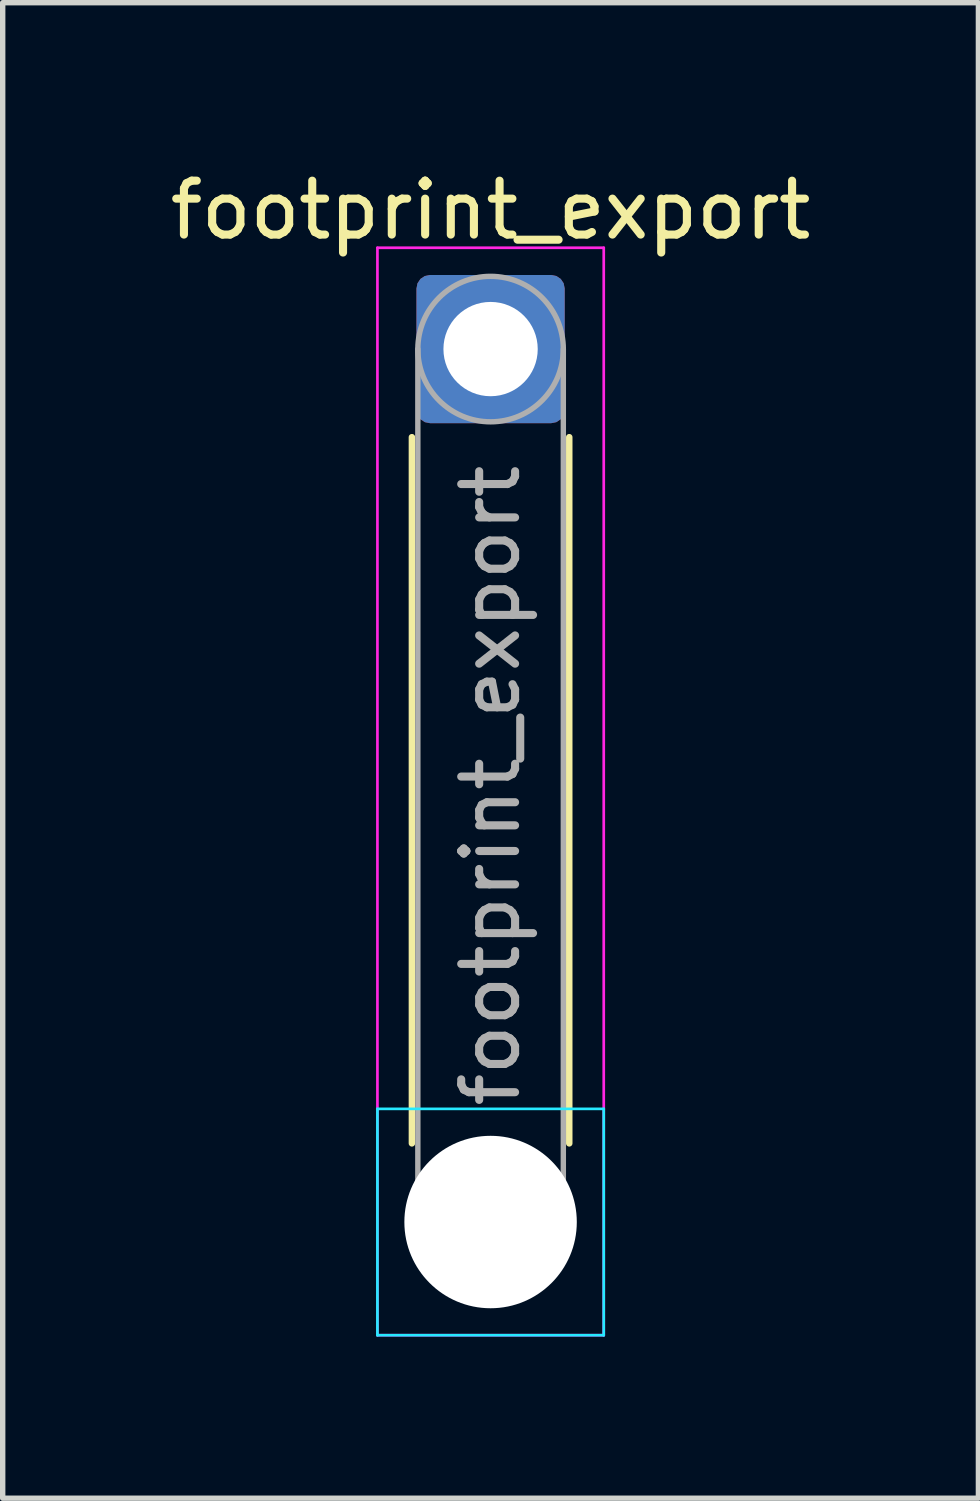
<source format=kicad_pcb>
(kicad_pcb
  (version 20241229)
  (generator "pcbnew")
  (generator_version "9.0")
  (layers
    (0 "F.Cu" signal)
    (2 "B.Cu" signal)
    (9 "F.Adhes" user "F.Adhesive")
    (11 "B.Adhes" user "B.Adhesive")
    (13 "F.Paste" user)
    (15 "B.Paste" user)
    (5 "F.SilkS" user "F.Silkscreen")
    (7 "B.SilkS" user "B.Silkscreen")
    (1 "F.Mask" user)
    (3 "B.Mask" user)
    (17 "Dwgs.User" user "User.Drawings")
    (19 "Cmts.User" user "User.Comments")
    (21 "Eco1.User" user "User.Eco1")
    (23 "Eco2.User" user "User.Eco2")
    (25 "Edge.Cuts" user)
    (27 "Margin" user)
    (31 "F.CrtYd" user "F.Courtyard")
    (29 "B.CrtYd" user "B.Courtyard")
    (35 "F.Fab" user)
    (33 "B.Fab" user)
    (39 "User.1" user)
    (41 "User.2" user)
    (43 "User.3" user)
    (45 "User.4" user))
  (footprint "footprint_export"
    (layer "F.Cu")
    (at 6.054 3.428)
    (property "Reference" "footprint_export" (at 0 -2.58 0) (layer "F.SilkS") (effects (font (size 1 1) (thickness 0.15))))
    (attr exclude_from_pos_files exclude_from_bom)
    (fp_line (start -1.46 1.635) (end -1.46 14.74) (stroke (width 0.12) (type solid)) (layer "F.SilkS"))
    (fp_line (start 1.46 1.635) (end 1.46 14.74) (stroke (width 0.12) (type solid)) (layer "F.SilkS"))
    (fp_line (start -2.1 14.1) (end -2.1 18.3) (stroke (width 0.05) (type solid)) (layer "B.CrtYd"))
    (fp_line (start -2.1 18.3) (end 2.1 18.3) (stroke (width 0.05) (type solid)) (layer "B.CrtYd"))
    (fp_line (start 2.1 14.1) (end -2.1 14.1) (stroke (width 0.05) (type solid)) (layer "B.CrtYd"))
    (fp_line (start 2.1 18.3) (end 2.1 14.1) (stroke (width 0.05) (type solid)) (layer "B.CrtYd"))
    (fp_line (start -2.1 -1.88) (end -2.1 18.3) (stroke (width 0.05) (type solid)) (layer "F.CrtYd"))
    (fp_line (start -2.1 18.3) (end 2.1 18.3) (stroke (width 0.05) (type solid)) (layer "F.CrtYd"))
    (fp_line (start 2.1 -1.88) (end -2.1 -1.88) (stroke (width 0.05) (type solid)) (layer "F.CrtYd"))
    (fp_line (start 2.1 18.3) (end 2.1 -1.88) (stroke (width 0.05) (type solid)) (layer "F.CrtYd"))
    (fp_line (start -1.35 0) (end -1.35 16.2) (stroke (width 0.1) (type solid)) (layer "F.Fab"))
    (fp_line (start 1.35 0) (end 1.35 16.2) (stroke (width 0.1) (type solid)) (layer "F.Fab"))
    (fp_circle (center 0 0) (end 1.35 0) (stroke (width 0.1) (type solid)) (fill no) (layer "F.Fab"))
    (fp_circle (center 0 16.2) (end 1.35 16.2) (stroke (width 0.1) (type solid)) (fill no) (layer "F.Fab"))
    (fp_text user "${REFERENCE}" (at 0 8.1 90) (layer "F.Fab") (effects (font (size 1 1) (thickness 0.15))))
    (pad "" np_thru_hole circle (at 0 16.2) (size 3.2 3.2) (drill 3.2) (layers "*.Cu" "*.Mask"))
    (pad "1" thru_hole roundrect (at 0 0) (size 2.75 2.75) (drill 1.75) (layers "*.Cu" "*.Mask") (roundrect_rratio 0.091)))
  (gr_rect
    (start -3 -3)
    (end 15.107 24.753)
    (stroke (width 0.1) (type default))
    (fill no)
    (layer "Edge.Cuts")))
</source>
